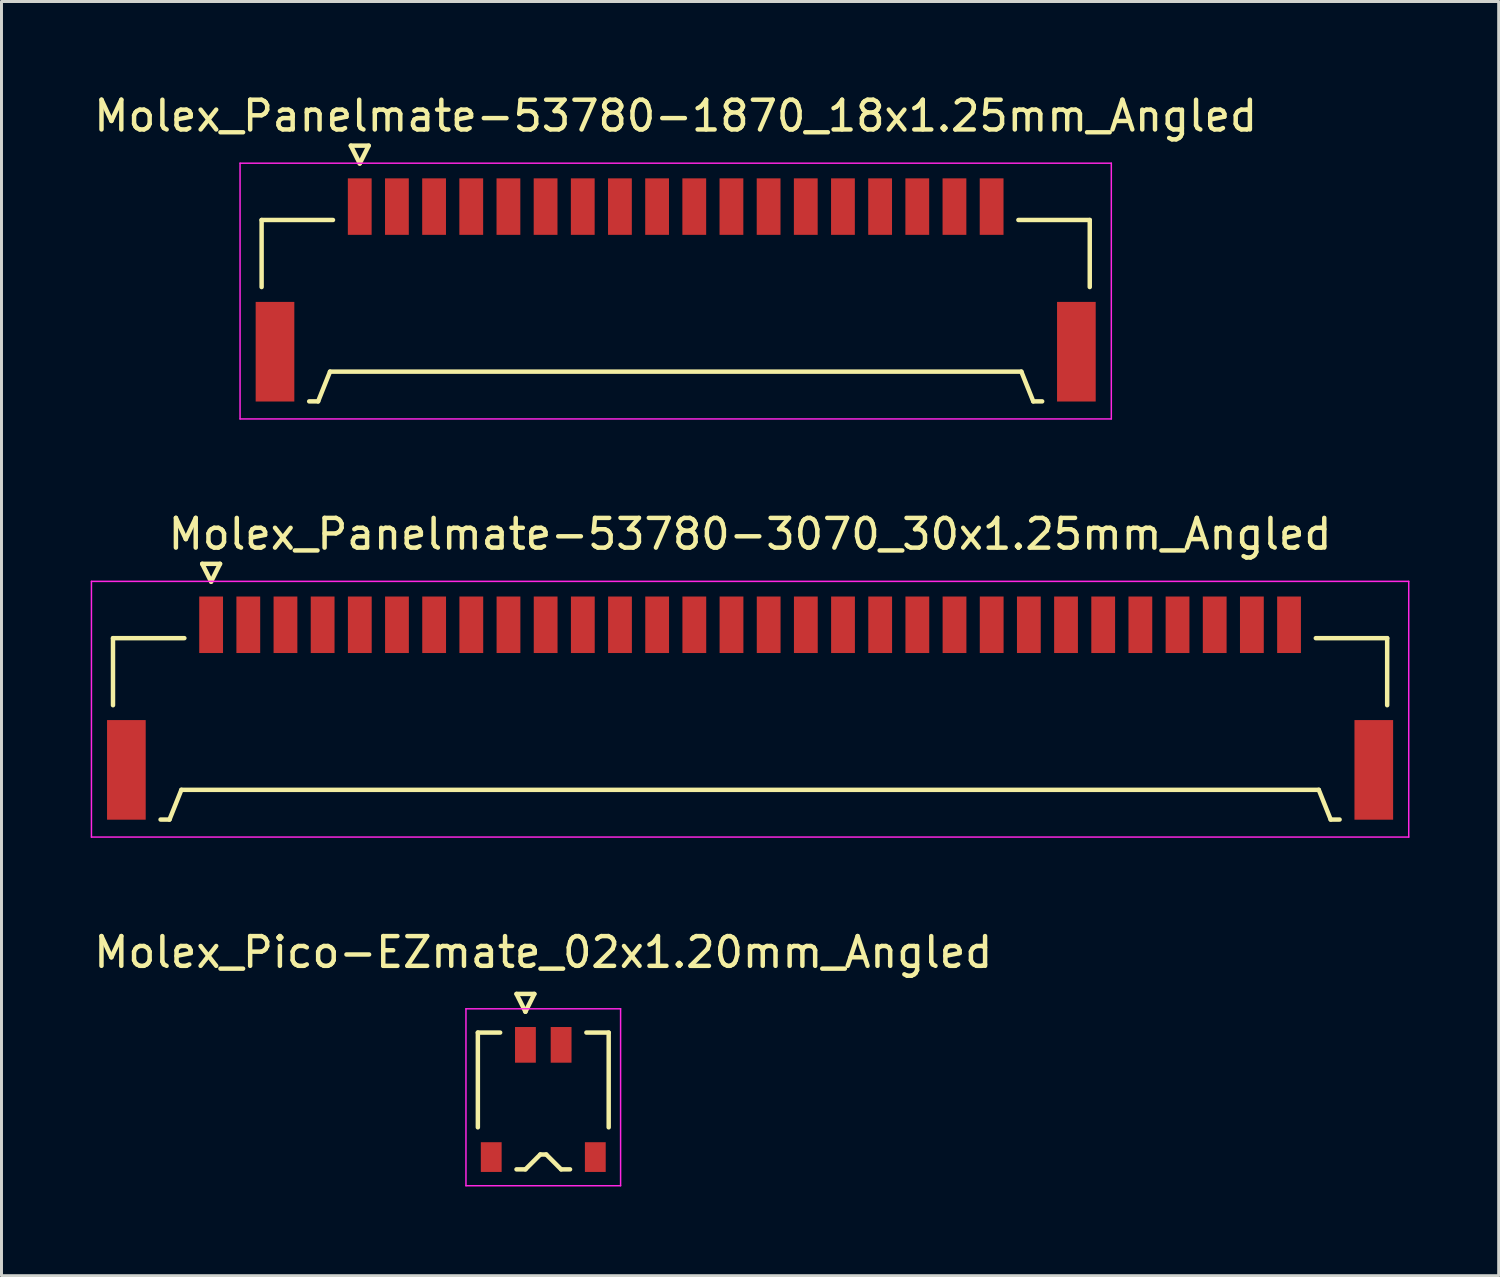
<source format=kicad_pcb>
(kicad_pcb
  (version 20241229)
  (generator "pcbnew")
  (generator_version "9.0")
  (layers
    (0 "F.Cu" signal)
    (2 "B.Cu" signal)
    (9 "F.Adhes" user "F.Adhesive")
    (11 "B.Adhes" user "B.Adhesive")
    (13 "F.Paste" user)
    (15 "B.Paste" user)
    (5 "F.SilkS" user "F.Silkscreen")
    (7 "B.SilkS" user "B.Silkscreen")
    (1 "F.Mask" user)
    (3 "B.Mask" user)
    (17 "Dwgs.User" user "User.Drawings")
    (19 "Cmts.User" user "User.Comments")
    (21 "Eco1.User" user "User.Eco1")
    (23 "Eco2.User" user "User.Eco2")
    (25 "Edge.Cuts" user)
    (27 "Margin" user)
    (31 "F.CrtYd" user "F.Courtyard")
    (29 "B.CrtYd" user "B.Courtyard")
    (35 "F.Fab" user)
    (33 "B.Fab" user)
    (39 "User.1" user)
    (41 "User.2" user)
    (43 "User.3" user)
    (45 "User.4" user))
  (footprint "Molex_Panelmate-53780-1870_18x1.25mm_Angled"
    (layer "F.Cu")
    (at 19.673 6.338)
    (property "Reference" "Molex_Panelmate-53780-1870_18x1.25mm_Angled" (at 0 -5.49 0) (layer "F.SilkS") (effects (font (size 1 1) (thickness 0.15))))
    (attr smd)
    (fp_line (start -13.925 -1.99) (end -13.925 0.265) (stroke (width 0.15) (type solid)) (layer "F.SilkS"))
    (fp_line (start -12.325 4.11) (end -12.025 4.11) (stroke (width 0.15) (type solid)) (layer "F.SilkS"))
    (fp_line (start -12.025 4.11) (end -11.625 3.11) (stroke (width 0.15) (type solid)) (layer "F.SilkS"))
    (fp_line (start -11.625 3.11) (end 11.625 3.11) (stroke (width 0.15) (type solid)) (layer "F.SilkS"))
    (fp_line (start -11.525 -1.99) (end -13.925 -1.99) (stroke (width 0.15) (type solid)) (layer "F.SilkS"))
    (fp_line (start -10.925 -4.49) (end -10.625 -3.89) (stroke (width 0.15) (type solid)) (layer "F.SilkS"))
    (fp_line (start -10.625 -3.89) (end -10.325 -4.49) (stroke (width 0.15) (type solid)) (layer "F.SilkS"))
    (fp_line (start -10.325 -4.49) (end -10.925 -4.49) (stroke (width 0.15) (type solid)) (layer "F.SilkS"))
    (fp_line (start 11.525 -1.99) (end 13.925 -1.99) (stroke (width 0.15) (type solid)) (layer "F.SilkS"))
    (fp_line (start 11.625 3.11) (end 12.025 4.11) (stroke (width 0.15) (type solid)) (layer "F.SilkS"))
    (fp_line (start 12.025 4.11) (end 12.325 4.11) (stroke (width 0.15) (type solid)) (layer "F.SilkS"))
    (fp_line (start 13.925 -1.99) (end 13.925 0.265) (stroke (width 0.15) (type solid)) (layer "F.SilkS"))
    (fp_line (start -14.65 -3.9) (end -14.65 4.7) (stroke (width 0.05) (type solid)) (layer "F.CrtYd"))
    (fp_line (start -14.65 4.7) (end 14.65 4.7) (stroke (width 0.05) (type solid)) (layer "F.CrtYd"))
    (fp_line (start 14.65 -3.9) (end -14.65 -3.9) (stroke (width 0.05) (type solid)) (layer "F.CrtYd"))
    (fp_line (start 14.65 4.7) (end 14.65 -3.9) (stroke (width 0.05) (type solid)) (layer "F.CrtYd"))
    (pad "" smd rect (at -13.475 2.44) (size 1.3 3.35) (layers "F.Cu" "F.Mask" "F.Paste"))
    (pad "" smd rect (at 13.475 2.44) (size 1.3 3.35) (layers "F.Cu" "F.Mask" "F.Paste"))
    (pad "1" smd rect (at -10.625 -2.44) (size 0.8 1.9) (layers "F.Cu" "F.Mask" "F.Paste"))
    (pad "2" smd rect (at -9.375 -2.44) (size 0.8 1.9) (layers "F.Cu" "F.Mask" "F.Paste"))
    (pad "3" smd rect (at -8.125 -2.44) (size 0.8 1.9) (layers "F.Cu" "F.Mask" "F.Paste"))
    (pad "4" smd rect (at -6.875 -2.44) (size 0.8 1.9) (layers "F.Cu" "F.Mask" "F.Paste"))
    (pad "5" smd rect (at -5.625 -2.44) (size 0.8 1.9) (layers "F.Cu" "F.Mask" "F.Paste"))
    (pad "6" smd rect (at -4.375 -2.44) (size 0.8 1.9) (layers "F.Cu" "F.Mask" "F.Paste"))
    (pad "7" smd rect (at -3.125 -2.44) (size 0.8 1.9) (layers "F.Cu" "F.Mask" "F.Paste"))
    (pad "8" smd rect (at -1.875 -2.44) (size 0.8 1.9) (layers "F.Cu" "F.Mask" "F.Paste"))
    (pad "9" smd rect (at -0.625 -2.44) (size 0.8 1.9) (layers "F.Cu" "F.Mask" "F.Paste"))
    (pad "10" smd rect (at 0.625 -2.44) (size 0.8 1.9) (layers "F.Cu" "F.Mask" "F.Paste"))
    (pad "11" smd rect (at 1.875 -2.44) (size 0.8 1.9) (layers "F.Cu" "F.Mask" "F.Paste"))
    (pad "12" smd rect (at 3.125 -2.44) (size 0.8 1.9) (layers "F.Cu" "F.Mask" "F.Paste"))
    (pad "13" smd rect (at 4.375 -2.44) (size 0.8 1.9) (layers "F.Cu" "F.Mask" "F.Paste"))
    (pad "14" smd rect (at 5.625 -2.44) (size 0.8 1.9) (layers "F.Cu" "F.Mask" "F.Paste"))
    (pad "15" smd rect (at 6.875 -2.44) (size 0.8 1.9) (layers "F.Cu" "F.Mask" "F.Paste"))
    (pad "16" smd rect (at 8.125 -2.44) (size 0.8 1.9) (layers "F.Cu" "F.Mask" "F.Paste"))
    (pad "17" smd rect (at 9.375 -2.44) (size 0.8 1.9) (layers "F.Cu" "F.Mask" "F.Paste"))
    (pad "18" smd rect (at 10.625 -2.44) (size 0.8 1.9) (layers "F.Cu" "F.Mask" "F.Paste")))
  (footprint "Molex_Pico-EZmate_02x1.20mm_Angled"
    (layer "F.Cu")
    (at 15.22 33.975)
    (property "Reference" "Molex_Pico-EZmate_02x1.20mm_Angled" (at 0 -5 0) (layer "F.SilkS") (effects (font (size 1 1) (thickness 0.15))))
    (attr smd)
    (fp_line (start -2.2 -2.3) (end -2.2 0.887) (stroke (width 0.15) (type solid)) (layer "F.SilkS"))
    (fp_line (start -1.45 -2.3) (end -2.2 -2.3) (stroke (width 0.15) (type solid)) (layer "F.SilkS"))
    (fp_line (start -0.9 -3.6) (end -0.6 -3) (stroke (width 0.15) (type solid)) (layer "F.SilkS"))
    (fp_line (start -0.9 2.3) (end -0.6 2.3) (stroke (width 0.15) (type solid)) (layer "F.SilkS"))
    (fp_line (start -0.6 -3) (end -0.3 -3.6) (stroke (width 0.15) (type solid)) (layer "F.SilkS"))
    (fp_line (start -0.6 2.3) (end -0.1 1.8) (stroke (width 0.15) (type solid)) (layer "F.SilkS"))
    (fp_line (start -0.3 -3.6) (end -0.9 -3.6) (stroke (width 0.15) (type solid)) (layer "F.SilkS"))
    (fp_line (start -0.1 1.8) (end 0.1 1.8) (stroke (width 0.15) (type solid)) (layer "F.SilkS"))
    (fp_line (start 0.1 1.8) (end 0.6 2.3) (stroke (width 0.15) (type solid)) (layer "F.SilkS"))
    (fp_line (start 0.6 2.3) (end 0.9 2.3) (stroke (width 0.15) (type solid)) (layer "F.SilkS"))
    (fp_line (start 1.45 -2.3) (end 2.2 -2.3) (stroke (width 0.15) (type solid)) (layer "F.SilkS"))
    (fp_line (start 2.2 -2.3) (end 2.2 0.887) (stroke (width 0.15) (type solid)) (layer "F.SilkS"))
    (fp_line (start -2.6 -3.1) (end -2.6 2.85) (stroke (width 0.05) (type solid)) (layer "F.CrtYd"))
    (fp_line (start -2.6 2.85) (end 2.6 2.85) (stroke (width 0.05) (type solid)) (layer "F.CrtYd"))
    (fp_line (start 2.6 -3.1) (end -2.6 -3.1) (stroke (width 0.05) (type solid)) (layer "F.CrtYd"))
    (fp_line (start 2.6 2.85) (end 2.6 -3.1) (stroke (width 0.05) (type solid)) (layer "F.CrtYd"))
    (pad "" smd rect (at -1.75 1.887) (size 0.7 1) (layers "F.Cu" "F.Mask" "F.Paste"))
    (pad "" smd rect (at 1.75 1.887) (size 0.7 1) (layers "F.Cu" "F.Mask" "F.Paste"))
    (pad "1" smd rect (at -0.6 -1.887) (size 0.7 1.2) (layers "F.Cu" "F.Mask" "F.Paste"))
    (pad "2" smd rect (at 0.6 -1.887) (size 0.7 1.2) (layers "F.Cu" "F.Mask" "F.Paste")))
  (footprint "Molex_Panelmate-53780-3070_30x1.25mm_Angled"
    (layer "F.Cu")
    (at 22.175 20.401)
    (property "Reference" "Molex_Panelmate-53780-3070_30x1.25mm_Angled" (at 0 -5.49 0) (layer "F.SilkS") (effects (font (size 1 1) (thickness 0.15))))
    (attr smd)
    (fp_line (start -21.425 -1.99) (end -21.425 0.265) (stroke (width 0.15) (type solid)) (layer "F.SilkS"))
    (fp_line (start -19.825 4.11) (end -19.525 4.11) (stroke (width 0.15) (type solid)) (layer "F.SilkS"))
    (fp_line (start -19.525 4.11) (end -19.125 3.11) (stroke (width 0.15) (type solid)) (layer "F.SilkS"))
    (fp_line (start -19.125 3.11) (end 19.125 3.11) (stroke (width 0.15) (type solid)) (layer "F.SilkS"))
    (fp_line (start -19.025 -1.99) (end -21.425 -1.99) (stroke (width 0.15) (type solid)) (layer "F.SilkS"))
    (fp_line (start -18.425 -4.49) (end -18.125 -3.89) (stroke (width 0.15) (type solid)) (layer "F.SilkS"))
    (fp_line (start -18.125 -3.89) (end -17.825 -4.49) (stroke (width 0.15) (type solid)) (layer "F.SilkS"))
    (fp_line (start -17.825 -4.49) (end -18.425 -4.49) (stroke (width 0.15) (type solid)) (layer "F.SilkS"))
    (fp_line (start 19.025 -1.99) (end 21.425 -1.99) (stroke (width 0.15) (type solid)) (layer "F.SilkS"))
    (fp_line (start 19.125 3.11) (end 19.525 4.11) (stroke (width 0.15) (type solid)) (layer "F.SilkS"))
    (fp_line (start 19.525 4.11) (end 19.825 4.11) (stroke (width 0.15) (type solid)) (layer "F.SilkS"))
    (fp_line (start 21.425 -1.99) (end 21.425 0.265) (stroke (width 0.15) (type solid)) (layer "F.SilkS"))
    (fp_line (start -22.15 -3.9) (end -22.15 4.7) (stroke (width 0.05) (type solid)) (layer "F.CrtYd"))
    (fp_line (start -22.15 4.7) (end 22.15 4.7) (stroke (width 0.05) (type solid)) (layer "F.CrtYd"))
    (fp_line (start 22.15 -3.9) (end -22.15 -3.9) (stroke (width 0.05) (type solid)) (layer "F.CrtYd"))
    (fp_line (start 22.15 4.7) (end 22.15 -3.9) (stroke (width 0.05) (type solid)) (layer "F.CrtYd"))
    (pad "" smd rect (at -20.975 2.44) (size 1.3 3.35) (layers "F.Cu" "F.Mask" "F.Paste"))
    (pad "" smd rect (at 20.975 2.44) (size 1.3 3.35) (layers "F.Cu" "F.Mask" "F.Paste"))
    (pad "1" smd rect (at -18.125 -2.44) (size 0.8 1.9) (layers "F.Cu" "F.Mask" "F.Paste"))
    (pad "2" smd rect (at -16.875 -2.44) (size 0.8 1.9) (layers "F.Cu" "F.Mask" "F.Paste"))
    (pad "3" smd rect (at -15.625 -2.44) (size 0.8 1.9) (layers "F.Cu" "F.Mask" "F.Paste"))
    (pad "4" smd rect (at -14.375 -2.44) (size 0.8 1.9) (layers "F.Cu" "F.Mask" "F.Paste"))
    (pad "5" smd rect (at -13.125 -2.44) (size 0.8 1.9) (layers "F.Cu" "F.Mask" "F.Paste"))
    (pad "6" smd rect (at -11.875 -2.44) (size 0.8 1.9) (layers "F.Cu" "F.Mask" "F.Paste"))
    (pad "7" smd rect (at -10.625 -2.44) (size 0.8 1.9) (layers "F.Cu" "F.Mask" "F.Paste"))
    (pad "8" smd rect (at -9.375 -2.44) (size 0.8 1.9) (layers "F.Cu" "F.Mask" "F.Paste"))
    (pad "9" smd rect (at -8.125 -2.44) (size 0.8 1.9) (layers "F.Cu" "F.Mask" "F.Paste"))
    (pad "10" smd rect (at -6.875 -2.44) (size 0.8 1.9) (layers "F.Cu" "F.Mask" "F.Paste"))
    (pad "11" smd rect (at -5.625 -2.44) (size 0.8 1.9) (layers "F.Cu" "F.Mask" "F.Paste"))
    (pad "12" smd rect (at -4.375 -2.44) (size 0.8 1.9) (layers "F.Cu" "F.Mask" "F.Paste"))
    (pad "13" smd rect (at -3.125 -2.44) (size 0.8 1.9) (layers "F.Cu" "F.Mask" "F.Paste"))
    (pad "14" smd rect (at -1.875 -2.44) (size 0.8 1.9) (layers "F.Cu" "F.Mask" "F.Paste"))
    (pad "15" smd rect (at -0.625 -2.44) (size 0.8 1.9) (layers "F.Cu" "F.Mask" "F.Paste"))
    (pad "16" smd rect (at 0.625 -2.44) (size 0.8 1.9) (layers "F.Cu" "F.Mask" "F.Paste"))
    (pad "17" smd rect (at 1.875 -2.44) (size 0.8 1.9) (layers "F.Cu" "F.Mask" "F.Paste"))
    (pad "18" smd rect (at 3.125 -2.44) (size 0.8 1.9) (layers "F.Cu" "F.Mask" "F.Paste"))
    (pad "19" smd rect (at 4.375 -2.44) (size 0.8 1.9) (layers "F.Cu" "F.Mask" "F.Paste"))
    (pad "20" smd rect (at 5.625 -2.44) (size 0.8 1.9) (layers "F.Cu" "F.Mask" "F.Paste"))
    (pad "21" smd rect (at 6.875 -2.44) (size 0.8 1.9) (layers "F.Cu" "F.Mask" "F.Paste"))
    (pad "22" smd rect (at 8.125 -2.44) (size 0.8 1.9) (layers "F.Cu" "F.Mask" "F.Paste"))
    (pad "23" smd rect (at 9.375 -2.44) (size 0.8 1.9) (layers "F.Cu" "F.Mask" "F.Paste"))
    (pad "24" smd rect (at 10.625 -2.44) (size 0.8 1.9) (layers "F.Cu" "F.Mask" "F.Paste"))
    (pad "25" smd rect (at 11.875 -2.44) (size 0.8 1.9) (layers "F.Cu" "F.Mask" "F.Paste"))
    (pad "26" smd rect (at 13.125 -2.44) (size 0.8 1.9) (layers "F.Cu" "F.Mask" "F.Paste"))
    (pad "27" smd rect (at 14.375 -2.44) (size 0.8 1.9) (layers "F.Cu" "F.Mask" "F.Paste"))
    (pad "28" smd rect (at 15.625 -2.44) (size 0.8 1.9) (layers "F.Cu" "F.Mask" "F.Paste"))
    (pad "29" smd rect (at 16.875 -2.44) (size 0.8 1.9) (layers "F.Cu" "F.Mask" "F.Paste"))
    (pad "30" smd rect (at 18.125 -2.44) (size 0.8 1.9) (layers "F.Cu" "F.Mask" "F.Paste")))
  (gr_rect
    (start -3 -3)
    (end 47.35 39.85)
    (stroke (width 0.1) (type default))
    (fill no)
    (layer "Edge.Cuts")))
</source>
